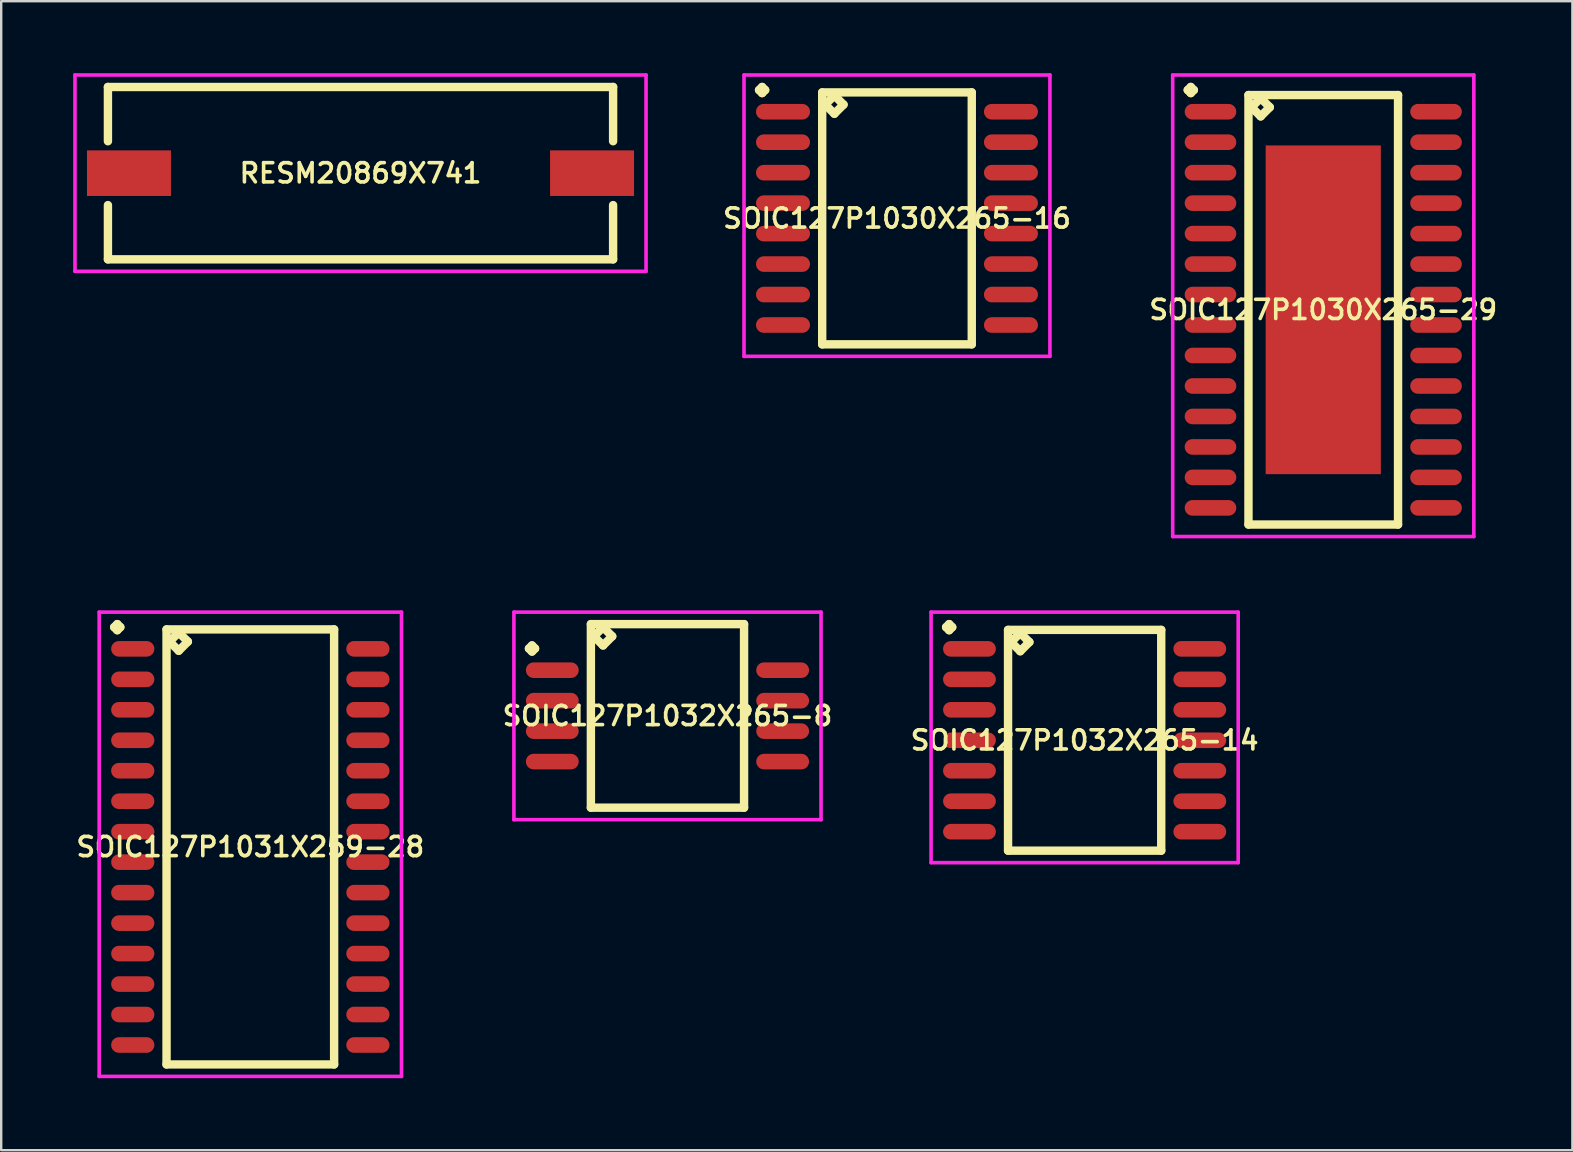
<source format=kicad_pcb>
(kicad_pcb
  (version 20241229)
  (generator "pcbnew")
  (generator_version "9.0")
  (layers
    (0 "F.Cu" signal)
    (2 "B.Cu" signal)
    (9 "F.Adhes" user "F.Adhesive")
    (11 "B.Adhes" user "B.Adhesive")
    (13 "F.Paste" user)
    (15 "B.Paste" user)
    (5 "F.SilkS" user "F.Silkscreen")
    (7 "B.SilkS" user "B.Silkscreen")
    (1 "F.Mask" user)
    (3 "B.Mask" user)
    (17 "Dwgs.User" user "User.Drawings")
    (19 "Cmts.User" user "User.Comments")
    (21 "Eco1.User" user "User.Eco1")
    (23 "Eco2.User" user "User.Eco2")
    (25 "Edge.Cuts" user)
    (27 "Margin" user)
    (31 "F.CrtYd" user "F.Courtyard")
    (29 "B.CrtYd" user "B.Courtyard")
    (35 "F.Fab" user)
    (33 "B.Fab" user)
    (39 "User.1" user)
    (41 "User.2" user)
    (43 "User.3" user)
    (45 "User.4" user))
  (footprint "SOIC127P1032X265-14"
    (layer "F.Cu")
    (at 42.154 27.802)
    (property "Reference" "SOIC127P1032X265-14" (at 0 0 0) (layer "F.SilkS") (effects (font (size 0.8 0.8) (thickness 0.15))))
    (attr through_hole)
    (fp_line (start -5.773 -4.714) (end -5.646 -4.841) (stroke (width 0.35) (type solid)) (layer "F.SilkS"))
    (fp_line (start -5.646 -4.841) (end -5.519 -4.714) (stroke (width 0.35) (type solid)) (layer "F.SilkS"))
    (fp_line (start -5.646 -4.587) (end -5.773 -4.714) (stroke (width 0.35) (type solid)) (layer "F.SilkS"))
    (fp_line (start -5.519 -4.714) (end -5.646 -4.587) (stroke (width 0.35) (type solid)) (layer "F.SilkS"))
    (fp_line (start -3.192 -4.6) (end -3.192 4.6) (stroke (width 0.35) (type solid)) (layer "F.SilkS"))
    (fp_line (start -3.192 4.6) (end 3.192 4.6) (stroke (width 0.35) (type solid)) (layer "F.SilkS"))
    (fp_line (start -3.065 -4.092) (end -2.684 -4.473) (stroke (width 0.35) (type solid)) (layer "F.SilkS"))
    (fp_line (start -2.684 -4.473) (end -2.303 -4.092) (stroke (width 0.35) (type solid)) (layer "F.SilkS"))
    (fp_line (start -2.684 -3.711) (end -3.065 -4.092) (stroke (width 0.35) (type solid)) (layer "F.SilkS"))
    (fp_line (start -2.303 -4.092) (end -2.684 -3.711) (stroke (width 0.35) (type solid)) (layer "F.SilkS"))
    (fp_line (start 3.192 -4.6) (end -3.192 -4.6) (stroke (width 0.35) (type solid)) (layer "F.SilkS"))
    (fp_line (start 3.192 4.6) (end 3.192 -4.6) (stroke (width 0.35) (type solid)) (layer "F.SilkS"))
    (fp_line (start -6.4 -5.341) (end 6.4 -5.341) (stroke (width 0.15) (type solid)) (layer "F.CrtYd"))
    (fp_line (start -6.4 5.1) (end -6.4 -5.341) (stroke (width 0.15) (type solid)) (layer "F.CrtYd"))
    (fp_line (start 6.4 -5.341) (end 6.4 5.1) (stroke (width 0.15) (type solid)) (layer "F.CrtYd"))
    (fp_line (start 6.4 5.1) (end -6.4 5.1) (stroke (width 0.15) (type solid)) (layer "F.CrtYd"))
    (pad "1" smd oval (at -4.8 -3.81) (size 2.2 0.65) (layers "F.Cu" "F.Mask" "F.Paste"))
    (pad "2" smd oval (at -4.8 -2.54) (size 2.2 0.65) (layers "F.Cu" "F.Mask" "F.Paste"))
    (pad "3" smd oval (at -4.8 -1.27) (size 2.2 0.65) (layers "F.Cu" "F.Mask" "F.Paste"))
    (pad "4" smd oval (at -4.8 0) (size 2.2 0.65) (layers "F.Cu" "F.Mask" "F.Paste"))
    (pad "5" smd oval (at -4.8 1.27) (size 2.2 0.65) (layers "F.Cu" "F.Mask" "F.Paste"))
    (pad "6" smd oval (at -4.8 2.54) (size 2.2 0.65) (layers "F.Cu" "F.Mask" "F.Paste"))
    (pad "7" smd oval (at -4.8 3.81) (size 2.2 0.65) (layers "F.Cu" "F.Mask" "F.Paste"))
    (pad "8" smd oval (at 4.8 3.81) (size 2.2 0.65) (layers "F.Cu" "F.Mask" "F.Paste"))
    (pad "9" smd oval (at 4.8 2.54) (size 2.2 0.65) (layers "F.Cu" "F.Mask" "F.Paste"))
    (pad "10" smd oval (at 4.8 1.27) (size 2.2 0.65) (layers "F.Cu" "F.Mask" "F.Paste"))
    (pad "11" smd oval (at 4.8 0) (size 2.2 0.65) (layers "F.Cu" "F.Mask" "F.Paste"))
    (pad "12" smd oval (at 4.8 -1.27) (size 2.2 0.65) (layers "F.Cu" "F.Mask" "F.Paste"))
    (pad "13" smd oval (at 4.8 -2.54) (size 2.2 0.65) (layers "F.Cu" "F.Mask" "F.Paste"))
    (pad "14" smd oval (at 4.8 -3.81) (size 2.2 0.65) (layers "F.Cu" "F.Mask" "F.Paste")))
  (footprint "SOIC127P1030X265-16"
    (layer "F.Cu")
    (at 34.333 6.051)
    (property "Reference" "SOIC127P1030X265-16" (at 0 0 0) (layer "F.SilkS") (effects (font (size 0.8 0.8) (thickness 0.15))))
    (attr through_hole)
    (fp_line (start -5.748 -5.349) (end -5.621 -5.476) (stroke (width 0.35) (type solid)) (layer "F.SilkS"))
    (fp_line (start -5.621 -5.476) (end -5.494 -5.349) (stroke (width 0.35) (type solid)) (layer "F.SilkS"))
    (fp_line (start -5.621 -5.222) (end -5.748 -5.349) (stroke (width 0.35) (type solid)) (layer "F.SilkS"))
    (fp_line (start -5.494 -5.349) (end -5.621 -5.222) (stroke (width 0.35) (type solid)) (layer "F.SilkS"))
    (fp_line (start -3.117 -5.25) (end -3.117 5.25) (stroke (width 0.35) (type solid)) (layer "F.SilkS"))
    (fp_line (start -3.117 5.25) (end 3.117 5.25) (stroke (width 0.35) (type solid)) (layer "F.SilkS"))
    (fp_line (start -2.99 -4.742) (end -2.609 -5.123) (stroke (width 0.35) (type solid)) (layer "F.SilkS"))
    (fp_line (start -2.609 -5.123) (end -2.228 -4.742) (stroke (width 0.35) (type solid)) (layer "F.SilkS"))
    (fp_line (start -2.609 -4.361) (end -2.99 -4.742) (stroke (width 0.35) (type solid)) (layer "F.SilkS"))
    (fp_line (start -2.228 -4.742) (end -2.609 -4.361) (stroke (width 0.35) (type solid)) (layer "F.SilkS"))
    (fp_line (start 3.117 -5.25) (end -3.117 -5.25) (stroke (width 0.35) (type solid)) (layer "F.SilkS"))
    (fp_line (start 3.117 5.25) (end 3.117 -5.25) (stroke (width 0.35) (type solid)) (layer "F.SilkS"))
    (fp_line (start -6.375 -5.976) (end 6.375 -5.976) (stroke (width 0.15) (type solid)) (layer "F.CrtYd"))
    (fp_line (start -6.375 5.75) (end -6.375 -5.976) (stroke (width 0.15) (type solid)) (layer "F.CrtYd"))
    (fp_line (start 6.375 -5.976) (end 6.375 5.75) (stroke (width 0.15) (type solid)) (layer "F.CrtYd"))
    (fp_line (start 6.375 5.75) (end -6.375 5.75) (stroke (width 0.15) (type solid)) (layer "F.CrtYd"))
    (pad "1" smd oval (at -4.75 -4.445) (size 2.25 0.65) (layers "F.Cu" "F.Mask" "F.Paste"))
    (pad "2" smd oval (at -4.75 -3.175) (size 2.25 0.65) (layers "F.Cu" "F.Mask" "F.Paste"))
    (pad "3" smd oval (at -4.75 -1.905) (size 2.25 0.65) (layers "F.Cu" "F.Mask" "F.Paste"))
    (pad "4" smd oval (at -4.75 -0.635) (size 2.25 0.65) (layers "F.Cu" "F.Mask" "F.Paste"))
    (pad "5" smd oval (at -4.75 0.635) (size 2.25 0.65) (layers "F.Cu" "F.Mask" "F.Paste"))
    (pad "6" smd oval (at -4.75 1.905) (size 2.25 0.65) (layers "F.Cu" "F.Mask" "F.Paste"))
    (pad "7" smd oval (at -4.75 3.175) (size 2.25 0.65) (layers "F.Cu" "F.Mask" "F.Paste"))
    (pad "8" smd oval (at -4.75 4.445) (size 2.25 0.65) (layers "F.Cu" "F.Mask" "F.Paste"))
    (pad "9" smd oval (at 4.75 4.445) (size 2.25 0.65) (layers "F.Cu" "F.Mask" "F.Paste"))
    (pad "10" smd oval (at 4.75 3.175) (size 2.25 0.65) (layers "F.Cu" "F.Mask" "F.Paste"))
    (pad "11" smd oval (at 4.75 1.905) (size 2.25 0.65) (layers "F.Cu" "F.Mask" "F.Paste"))
    (pad "12" smd oval (at 4.75 0.635) (size 2.25 0.65) (layers "F.Cu" "F.Mask" "F.Paste"))
    (pad "13" smd oval (at 4.75 -0.635) (size 2.25 0.65) (layers "F.Cu" "F.Mask" "F.Paste"))
    (pad "14" smd oval (at 4.75 -1.905) (size 2.25 0.65) (layers "F.Cu" "F.Mask" "F.Paste"))
    (pad "15" smd oval (at 4.75 -3.175) (size 2.25 0.65) (layers "F.Cu" "F.Mask" "F.Paste"))
    (pad "16" smd oval (at 4.75 -4.445) (size 2.25 0.65) (layers "F.Cu" "F.Mask" "F.Paste")))
  (footprint "SOIC127P1031X259-28"
    (layer "F.Cu")
    (at 7.383 32.247)
    (property "Reference" "SOIC127P1031X259-28" (at 0 0 0) (layer "F.SilkS") (effects (font (size 0.8 0.8) (thickness 0.15))))
    (attr smd)
    (fp_line (start -5.673 -9.159) (end -5.546 -9.286) (stroke (width 0.35) (type solid)) (layer "F.SilkS"))
    (fp_line (start -5.546 -9.286) (end -5.419 -9.159) (stroke (width 0.35) (type solid)) (layer "F.SilkS"))
    (fp_line (start -5.546 -9.032) (end -5.673 -9.159) (stroke (width 0.35) (type solid)) (layer "F.SilkS"))
    (fp_line (start -5.419 -9.159) (end -5.546 -9.032) (stroke (width 0.35) (type solid)) (layer "F.SilkS"))
    (fp_line (start -3.492 -9.065) (end -3.492 9.065) (stroke (width 0.35) (type solid)) (layer "F.SilkS"))
    (fp_line (start -3.492 9.065) (end 3.492 9.065) (stroke (width 0.35) (type solid)) (layer "F.SilkS"))
    (fp_line (start -3.365 -8.557) (end -2.984 -8.938) (stroke (width 0.35) (type solid)) (layer "F.SilkS"))
    (fp_line (start -2.984 -8.938) (end -2.603 -8.557) (stroke (width 0.35) (type solid)) (layer "F.SilkS"))
    (fp_line (start -2.984 -8.176) (end -3.365 -8.557) (stroke (width 0.35) (type solid)) (layer "F.SilkS"))
    (fp_line (start -2.603 -8.557) (end -2.984 -8.176) (stroke (width 0.35) (type solid)) (layer "F.SilkS"))
    (fp_line (start 3.492 -9.065) (end -3.492 -9.065) (stroke (width 0.35) (type solid)) (layer "F.SilkS"))
    (fp_line (start 3.492 9.065) (end 3.492 -9.065) (stroke (width 0.35) (type solid)) (layer "F.SilkS"))
    (fp_line (start -6.3 -9.786) (end 6.3 -9.786) (stroke (width 0.15) (type solid)) (layer "F.CrtYd"))
    (fp_line (start -6.3 9.565) (end -6.3 -9.786) (stroke (width 0.15) (type solid)) (layer "F.CrtYd"))
    (fp_line (start 6.3 -9.786) (end 6.3 9.565) (stroke (width 0.15) (type solid)) (layer "F.CrtYd"))
    (fp_line (start 6.3 9.565) (end -6.3 9.565) (stroke (width 0.15) (type solid)) (layer "F.CrtYd"))
    (pad "1" smd oval (at -4.9 -8.255) (size 1.8 0.65) (layers "F.Cu" "F.Mask" "F.Paste"))
    (pad "2" smd oval (at -4.9 -6.985) (size 1.8 0.65) (layers "F.Cu" "F.Mask" "F.Paste"))
    (pad "3" smd oval (at -4.9 -5.715) (size 1.8 0.65) (layers "F.Cu" "F.Mask" "F.Paste"))
    (pad "4" smd oval (at -4.9 -4.445) (size 1.8 0.65) (layers "F.Cu" "F.Mask" "F.Paste"))
    (pad "5" smd oval (at -4.9 -3.175) (size 1.8 0.65) (layers "F.Cu" "F.Mask" "F.Paste"))
    (pad "6" smd oval (at -4.9 -1.905) (size 1.8 0.65) (layers "F.Cu" "F.Mask" "F.Paste"))
    (pad "7" smd oval (at -4.9 -0.635) (size 1.8 0.65) (layers "F.Cu" "F.Mask" "F.Paste"))
    (pad "8" smd oval (at -4.9 0.635) (size 1.8 0.65) (layers "F.Cu" "F.Mask" "F.Paste"))
    (pad "9" smd oval (at -4.9 1.905) (size 1.8 0.65) (layers "F.Cu" "F.Mask" "F.Paste"))
    (pad "10" smd oval (at -4.9 3.175) (size 1.8 0.65) (layers "F.Cu" "F.Mask" "F.Paste"))
    (pad "11" smd oval (at -4.9 4.445) (size 1.8 0.65) (layers "F.Cu" "F.Mask" "F.Paste"))
    (pad "12" smd oval (at -4.9 5.715) (size 1.8 0.65) (layers "F.Cu" "F.Mask" "F.Paste"))
    (pad "13" smd oval (at -4.9 6.985) (size 1.8 0.65) (layers "F.Cu" "F.Mask" "F.Paste"))
    (pad "14" smd oval (at -4.9 8.255) (size 1.8 0.65) (layers "F.Cu" "F.Mask" "F.Paste"))
    (pad "15" smd oval (at 4.9 8.255) (size 1.8 0.65) (layers "F.Cu" "F.Mask" "F.Paste"))
    (pad "16" smd oval (at 4.9 6.985) (size 1.8 0.65) (layers "F.Cu" "F.Mask" "F.Paste"))
    (pad "17" smd oval (at 4.9 5.715) (size 1.8 0.65) (layers "F.Cu" "F.Mask" "F.Paste"))
    (pad "18" smd oval (at 4.9 4.445) (size 1.8 0.65) (layers "F.Cu" "F.Mask" "F.Paste"))
    (pad "19" smd oval (at 4.9 3.175) (size 1.8 0.65) (layers "F.Cu" "F.Mask" "F.Paste"))
    (pad "20" smd oval (at 4.9 1.905) (size 1.8 0.65) (layers "F.Cu" "F.Mask" "F.Paste"))
    (pad "21" smd oval (at 4.9 0.635) (size 1.8 0.65) (layers "F.Cu" "F.Mask" "F.Paste"))
    (pad "22" smd oval (at 4.9 -0.635) (size 1.8 0.65) (layers "F.Cu" "F.Mask" "F.Paste"))
    (pad "23" smd oval (at 4.9 -1.905) (size 1.8 0.65) (layers "F.Cu" "F.Mask" "F.Paste"))
    (pad "24" smd oval (at 4.9 -3.175) (size 1.8 0.65) (layers "F.Cu" "F.Mask" "F.Paste"))
    (pad "25" smd oval (at 4.9 -4.445) (size 1.8 0.65) (layers "F.Cu" "F.Mask" "F.Paste"))
    (pad "26" smd oval (at 4.9 -5.715) (size 1.8 0.65) (layers "F.Cu" "F.Mask" "F.Paste"))
    (pad "27" smd oval (at 4.9 -6.985) (size 1.8 0.65) (layers "F.Cu" "F.Mask" "F.Paste"))
    (pad "28" smd oval (at 4.9 -8.255) (size 1.8 0.65) (layers "F.Cu" "F.Mask" "F.Paste")))
  (footprint "SOIC127P1030X265-29"
    (layer "F.Cu")
    (at 52.099 9.861)
    (property "Reference" "SOIC127P1030X265-29" (at 0 0 0) (layer "F.SilkS") (effects (font (size 0.8 0.8) (thickness 0.15))))
    (attr smd)
    (fp_line (start -5.648 -9.159) (end -5.521 -9.286) (stroke (width 0.35) (type solid)) (layer "F.SilkS"))
    (fp_line (start -5.521 -9.286) (end -5.394 -9.159) (stroke (width 0.35) (type solid)) (layer "F.SilkS"))
    (fp_line (start -5.521 -9.032) (end -5.648 -9.159) (stroke (width 0.35) (type solid)) (layer "F.SilkS"))
    (fp_line (start -5.394 -9.159) (end -5.521 -9.032) (stroke (width 0.35) (type solid)) (layer "F.SilkS"))
    (fp_line (start -3.117 -8.95) (end -3.117 8.95) (stroke (width 0.35) (type solid)) (layer "F.SilkS"))
    (fp_line (start -3.117 8.95) (end 3.117 8.95) (stroke (width 0.35) (type solid)) (layer "F.SilkS"))
    (fp_line (start -2.99 -8.442) (end -2.609 -8.823) (stroke (width 0.35) (type solid)) (layer "F.SilkS"))
    (fp_line (start -2.609 -8.823) (end -2.228 -8.442) (stroke (width 0.35) (type solid)) (layer "F.SilkS"))
    (fp_line (start -2.609 -8.061) (end -2.99 -8.442) (stroke (width 0.35) (type solid)) (layer "F.SilkS"))
    (fp_line (start -2.228 -8.442) (end -2.609 -8.061) (stroke (width 0.35) (type solid)) (layer "F.SilkS"))
    (fp_line (start 3.117 -8.95) (end -3.117 -8.95) (stroke (width 0.35) (type solid)) (layer "F.SilkS"))
    (fp_line (start 3.117 8.95) (end 3.117 -8.95) (stroke (width 0.35) (type solid)) (layer "F.SilkS"))
    (fp_line (start -6.275 -9.786) (end 6.275 -9.786) (stroke (width 0.15) (type solid)) (layer "F.CrtYd"))
    (fp_line (start -6.275 9.45) (end -6.275 -9.786) (stroke (width 0.15) (type solid)) (layer "F.CrtYd"))
    (fp_line (start 6.275 -9.786) (end 6.275 9.45) (stroke (width 0.15) (type solid)) (layer "F.CrtYd"))
    (fp_line (start 6.275 9.45) (end -6.275 9.45) (stroke (width 0.15) (type solid)) (layer "F.CrtYd"))
    (pad "1" smd oval (at -4.7 -8.255) (size 2.15 0.65) (layers "F.Cu" "F.Mask" "F.Paste"))
    (pad "2" smd oval (at -4.7 -6.985) (size 2.15 0.65) (layers "F.Cu" "F.Mask" "F.Paste"))
    (pad "3" smd oval (at -4.7 -5.715) (size 2.15 0.65) (layers "F.Cu" "F.Mask" "F.Paste"))
    (pad "4" smd oval (at -4.7 -4.445) (size 2.15 0.65) (layers "F.Cu" "F.Mask" "F.Paste"))
    (pad "5" smd oval (at -4.7 -3.175) (size 2.15 0.65) (layers "F.Cu" "F.Mask" "F.Paste"))
    (pad "6" smd oval (at -4.7 -1.905) (size 2.15 0.65) (layers "F.Cu" "F.Mask" "F.Paste"))
    (pad "7" smd oval (at -4.7 -0.635) (size 2.15 0.65) (layers "F.Cu" "F.Mask" "F.Paste"))
    (pad "8" smd oval (at -4.7 0.635) (size 2.15 0.65) (layers "F.Cu" "F.Mask" "F.Paste"))
    (pad "9" smd oval (at -4.7 1.905) (size 2.15 0.65) (layers "F.Cu" "F.Mask" "F.Paste"))
    (pad "10" smd oval (at -4.7 3.175) (size 2.15 0.65) (layers "F.Cu" "F.Mask" "F.Paste"))
    (pad "11" smd oval (at -4.7 4.445) (size 2.15 0.65) (layers "F.Cu" "F.Mask" "F.Paste"))
    (pad "12" smd oval (at -4.7 5.715) (size 2.15 0.65) (layers "F.Cu" "F.Mask" "F.Paste"))
    (pad "13" smd oval (at -4.7 6.985) (size 2.15 0.65) (layers "F.Cu" "F.Mask" "F.Paste"))
    (pad "14" smd oval (at -4.7 8.255) (size 2.15 0.65) (layers "F.Cu" "F.Mask" "F.Paste"))
    (pad "15" smd oval (at 4.7 8.255) (size 2.15 0.65) (layers "F.Cu" "F.Mask" "F.Paste"))
    (pad "16" smd oval (at 4.7 6.985) (size 2.15 0.65) (layers "F.Cu" "F.Mask" "F.Paste"))
    (pad "17" smd oval (at 4.7 5.715) (size 2.15 0.65) (layers "F.Cu" "F.Mask" "F.Paste"))
    (pad "18" smd oval (at 4.7 4.445) (size 2.15 0.65) (layers "F.Cu" "F.Mask" "F.Paste"))
    (pad "19" smd oval (at 4.7 3.175) (size 2.15 0.65) (layers "F.Cu" "F.Mask" "F.Paste"))
    (pad "20" smd oval (at 4.7 1.905) (size 2.15 0.65) (layers "F.Cu" "F.Mask" "F.Paste"))
    (pad "21" smd oval (at 4.7 0.635) (size 2.15 0.65) (layers "F.Cu" "F.Mask" "F.Paste"))
    (pad "22" smd oval (at 4.7 -0.635) (size 2.15 0.65) (layers "F.Cu" "F.Mask" "F.Paste"))
    (pad "23" smd oval (at 4.7 -1.905) (size 2.15 0.65) (layers "F.Cu" "F.Mask" "F.Paste"))
    (pad "24" smd oval (at 4.7 -3.175) (size 2.15 0.65) (layers "F.Cu" "F.Mask" "F.Paste"))
    (pad "25" smd oval (at 4.7 -4.445) (size 2.15 0.65) (layers "F.Cu" "F.Mask" "F.Paste"))
    (pad "26" smd oval (at 4.7 -5.715) (size 2.15 0.65) (layers "F.Cu" "F.Mask" "F.Paste"))
    (pad "27" smd oval (at 4.7 -6.985) (size 2.15 0.65) (layers "F.Cu" "F.Mask" "F.Paste"))
    (pad "28" smd oval (at 4.7 -8.255) (size 2.15 0.65) (layers "F.Cu" "F.Mask" "F.Paste"))
    (pad "29" smd rect (at 0 0) (size 4.8 13.7) (layers "F.Cu" "F.Mask" "F.Paste")))
  (footprint "SOIC127P1032X265-8"
    (layer "F.Cu")
    (at 24.768 26.786)
    (property "Reference" "SOIC127P1032X265-8" (at 0 0 0) (layer "F.SilkS") (effects (font (size 0.8 0.8) (thickness 0.15))))
    (attr through_hole)
    (fp_line (start -5.773 -2.809) (end -5.646 -2.936) (stroke (width 0.35) (type solid)) (layer "F.SilkS"))
    (fp_line (start -5.646 -2.936) (end -5.519 -2.809) (stroke (width 0.35) (type solid)) (layer "F.SilkS"))
    (fp_line (start -5.646 -2.682) (end -5.773 -2.809) (stroke (width 0.35) (type solid)) (layer "F.SilkS"))
    (fp_line (start -5.519 -2.809) (end -5.646 -2.682) (stroke (width 0.35) (type solid)) (layer "F.SilkS"))
    (fp_line (start -3.192 -3.825) (end -3.192 3.825) (stroke (width 0.35) (type solid)) (layer "F.SilkS"))
    (fp_line (start -3.192 3.825) (end 3.192 3.825) (stroke (width 0.35) (type solid)) (layer "F.SilkS"))
    (fp_line (start -3.065 -3.317) (end -2.684 -3.698) (stroke (width 0.35) (type solid)) (layer "F.SilkS"))
    (fp_line (start -2.684 -3.698) (end -2.303 -3.317) (stroke (width 0.35) (type solid)) (layer "F.SilkS"))
    (fp_line (start -2.684 -2.936) (end -3.065 -3.317) (stroke (width 0.35) (type solid)) (layer "F.SilkS"))
    (fp_line (start -2.303 -3.317) (end -2.684 -2.936) (stroke (width 0.35) (type solid)) (layer "F.SilkS"))
    (fp_line (start 3.192 -3.825) (end -3.192 -3.825) (stroke (width 0.35) (type solid)) (layer "F.SilkS"))
    (fp_line (start 3.192 3.825) (end 3.192 -3.825) (stroke (width 0.35) (type solid)) (layer "F.SilkS"))
    (fp_line (start -6.4 -4.325) (end 6.4 -4.325) (stroke (width 0.15) (type solid)) (layer "F.CrtYd"))
    (fp_line (start -6.4 4.325) (end -6.4 -4.325) (stroke (width 0.15) (type solid)) (layer "F.CrtYd"))
    (fp_line (start 6.4 -4.325) (end 6.4 4.325) (stroke (width 0.15) (type solid)) (layer "F.CrtYd"))
    (fp_line (start 6.4 4.325) (end -6.4 4.325) (stroke (width 0.15) (type solid)) (layer "F.CrtYd"))
    (pad "1" smd oval (at -4.8 -1.905) (size 2.2 0.65) (layers "F.Cu" "F.Mask" "F.Paste"))
    (pad "2" smd oval (at -4.8 -0.635) (size 2.2 0.65) (layers "F.Cu" "F.Mask" "F.Paste"))
    (pad "3" smd oval (at -4.8 0.635) (size 2.2 0.65) (layers "F.Cu" "F.Mask" "F.Paste"))
    (pad "4" smd oval (at -4.8 1.905) (size 2.2 0.65) (layers "F.Cu" "F.Mask" "F.Paste"))
    (pad "5" smd oval (at 4.8 1.905) (size 2.2 0.65) (layers "F.Cu" "F.Mask" "F.Paste"))
    (pad "6" smd oval (at 4.8 0.635) (size 2.2 0.65) (layers "F.Cu" "F.Mask" "F.Paste"))
    (pad "7" smd oval (at 4.8 -0.635) (size 2.2 0.65) (layers "F.Cu" "F.Mask" "F.Paste"))
    (pad "8" smd oval (at 4.8 -1.905) (size 2.2 0.65) (layers "F.Cu" "F.Mask" "F.Paste")))
  (footprint "RESM20869X741"
    (layer "F.Cu")
    (at 11.975 4.167)
    (property "Reference" "RESM20869X741" (at 0 0 0) (layer "F.SilkS") (effects (font (size 0.8 0.8) (thickness 0.15))))
    (attr smd)
    (fp_line (start -10.527 -3.592) (end 10.527 -3.592) (stroke (width 0.35) (type solid)) (layer "F.SilkS"))
    (fp_line (start -10.527 -1.331) (end -10.527 -3.592) (stroke (width 0.35) (type solid)) (layer "F.SilkS"))
    (fp_line (start -10.527 1.331) (end -10.527 3.592) (stroke (width 0.35) (type solid)) (layer "F.SilkS"))
    (fp_line (start -10.527 3.592) (end 10.527 3.592) (stroke (width 0.35) (type solid)) (layer "F.SilkS"))
    (fp_line (start 10.527 -3.592) (end 10.527 -1.331) (stroke (width 0.35) (type solid)) (layer "F.SilkS"))
    (fp_line (start 10.527 3.592) (end 10.527 1.331) (stroke (width 0.35) (type solid)) (layer "F.SilkS"))
    (fp_line (start -11.9 -4.092) (end 11.9 -4.092) (stroke (width 0.15) (type solid)) (layer "F.CrtYd"))
    (fp_line (start -11.9 4.092) (end -11.9 -4.092) (stroke (width 0.15) (type solid)) (layer "F.CrtYd"))
    (fp_line (start 11.9 -4.092) (end 11.9 4.092) (stroke (width 0.15) (type solid)) (layer "F.CrtYd"))
    (fp_line (start 11.9 4.092) (end -11.9 4.092) (stroke (width 0.15) (type solid)) (layer "F.CrtYd"))
    (pad "1" smd rect (at -9.65 0) (size 3.5 1.9) (layers "F.Cu" "F.Mask" "F.Paste"))
    (pad "2" smd rect (at 9.65 0) (size 3.5 1.9) (layers "F.Cu" "F.Mask" "F.Paste")))
  (gr_rect
    (start -3 -3)
    (end 62.482 44.887)
    (stroke (width 0.1) (type default))
    (fill no)
    (layer "Edge.Cuts")))
</source>
